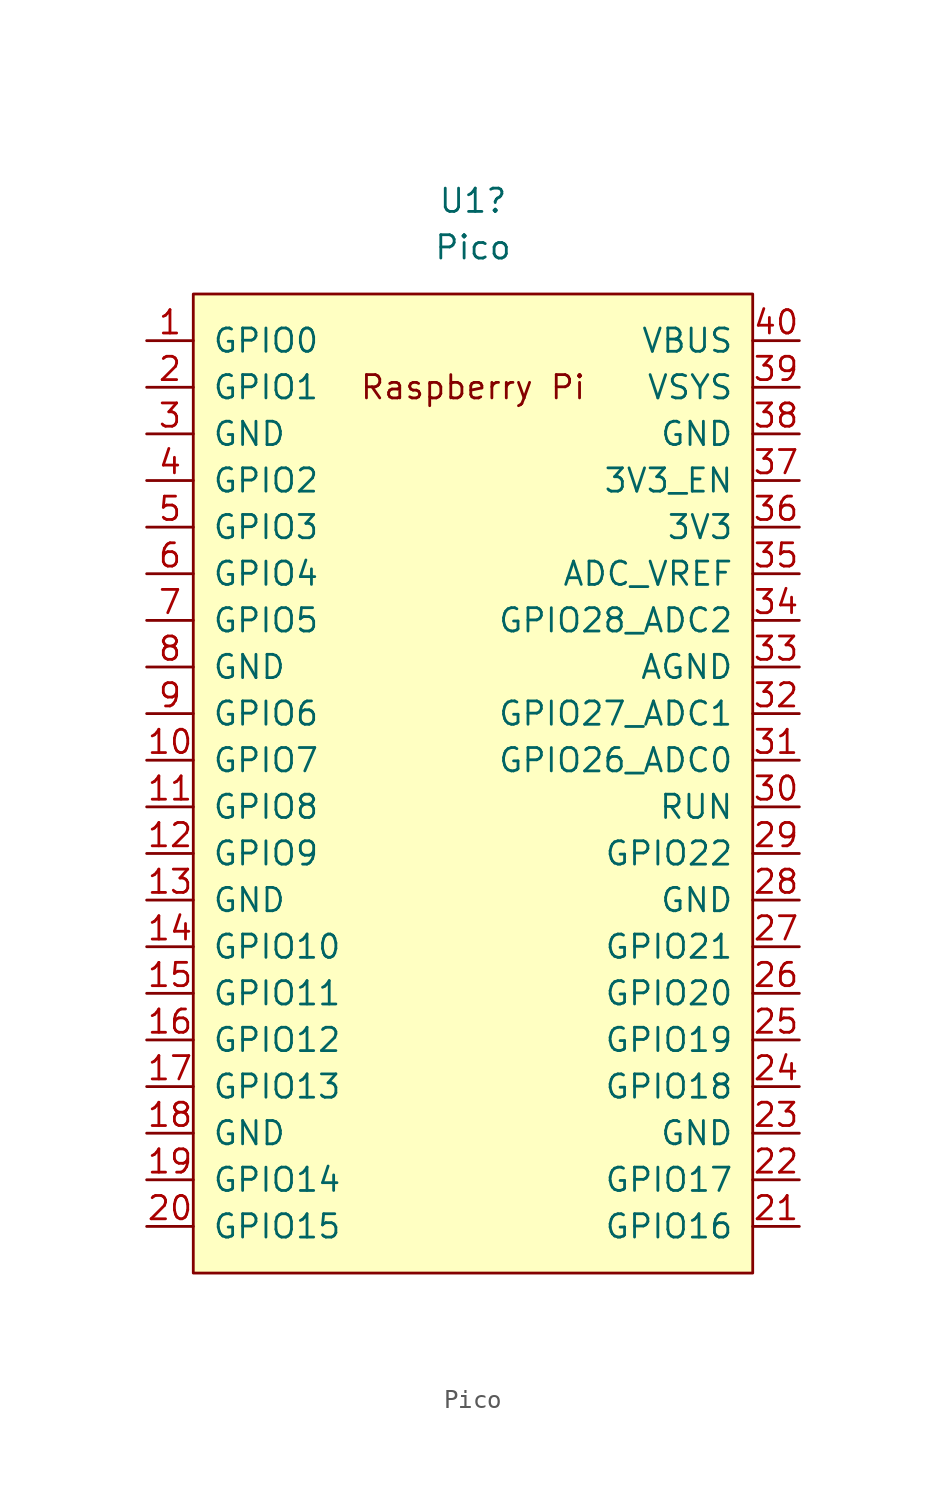
<source format=kicad_sym>
(kicad_symbol_lib
  (version 20231120)
  (generator "kicad_symbol_editor")
  (generator_version "8.0")
  (symbol "Pico"
    (pin_names
      (offset 1.016))
    (property "Reference" "U1"
      (at 0 31.75 0)
      (effects (font (size 1.27 1.27))))
    (property "Value" "Pico"
      (at 0 29.21 0)
      (effects (font (size 1.27 1.27))))
    (symbol "Pico_0_0"
      (text "Raspberry Pi" (at 0 21.59 0) (effects (font (size 1.27 1.27)))))
    (symbol "Pico_0_1"
      (rectangle (start -15.24 26.67) (end 15.24 -26.67) (stroke (width 0) (type solid)) (fill (type background))))
    (symbol "Pico_1_1"
      (pin bidirectional line (at -17.78 24.13 0) (length 2.54) (name "GPIO0" (effects (font (size 1.27 1.27)))) (number "1" (effects (font (size 1.27 1.27)))))
      (pin bidirectional line (at -17.78 1.27 0) (length 2.54) (name "GPIO7" (effects (font (size 1.27 1.27)))) (number "10" (effects (font (size 1.27 1.27)))))
      (pin bidirectional line (at -17.78 -1.27 0) (length 2.54) (name "GPIO8" (effects (font (size 1.27 1.27)))) (number "11" (effects (font (size 1.27 1.27)))))
      (pin bidirectional line (at -17.78 -3.81 0) (length 2.54) (name "GPIO9" (effects (font (size 1.27 1.27)))) (number "12" (effects (font (size 1.27 1.27)))))
      (pin power_in line (at -17.78 -6.35 0) (length 2.54) (name "GND" (effects (font (size 1.27 1.27)))) (number "13" (effects (font (size 1.27 1.27)))))
      (pin bidirectional line (at -17.78 -8.89 0) (length 2.54) (name "GPIO10" (effects (font (size 1.27 1.27)))) (number "14" (effects (font (size 1.27 1.27)))))
      (pin bidirectional line (at -17.78 -11.43 0) (length 2.54) (name "GPIO11" (effects (font (size 1.27 1.27)))) (number "15" (effects (font (size 1.27 1.27)))))
      (pin bidirectional line (at -17.78 -13.97 0) (length 2.54) (name "GPIO12" (effects (font (size 1.27 1.27)))) (number "16" (effects (font (size 1.27 1.27)))))
      (pin bidirectional line (at -17.78 -16.51 0) (length 2.54) (name "GPIO13" (effects (font (size 1.27 1.27)))) (number "17" (effects (font (size 1.27 1.27)))))
      (pin power_in line (at -17.78 -19.05 0) (length 2.54) (name "GND" (effects (font (size 1.27 1.27)))) (number "18" (effects (font (size 1.27 1.27)))))
      (pin bidirectional line (at -17.78 -21.59 0) (length 2.54) (name "GPIO14" (effects (font (size 1.27 1.27)))) (number "19" (effects (font (size 1.27 1.27)))))
      (pin bidirectional line (at -17.78 21.59 0) (length 2.54) (name "GPIO1" (effects (font (size 1.27 1.27)))) (number "2" (effects (font (size 1.27 1.27)))))
      (pin bidirectional line (at -17.78 -24.13 0) (length 2.54) (name "GPIO15" (effects (font (size 1.27 1.27)))) (number "20" (effects (font (size 1.27 1.27)))))
      (pin bidirectional line (at 17.78 -24.13 180) (length 2.54) (name "GPIO16" (effects (font (size 1.27 1.27)))) (number "21" (effects (font (size 1.27 1.27)))))
      (pin bidirectional line (at 17.78 -21.59 180) (length 2.54) (name "GPIO17" (effects (font (size 1.27 1.27)))) (number "22" (effects (font (size 1.27 1.27)))))
      (pin power_in line (at 17.78 -19.05 180) (length 2.54) (name "GND" (effects (font (size 1.27 1.27)))) (number "23" (effects (font (size 1.27 1.27)))))
      (pin bidirectional line (at 17.78 -16.51 180) (length 2.54) (name "GPIO18" (effects (font (size 1.27 1.27)))) (number "24" (effects (font (size 1.27 1.27)))))
      (pin bidirectional line (at 17.78 -13.97 180) (length 2.54) (name "GPIO19" (effects (font (size 1.27 1.27)))) (number "25" (effects (font (size 1.27 1.27)))))
      (pin bidirectional line (at 17.78 -11.43 180) (length 2.54) (name "GPIO20" (effects (font (size 1.27 1.27)))) (number "26" (effects (font (size 1.27 1.27)))))
      (pin bidirectional line (at 17.78 -8.89 180) (length 2.54) (name "GPIO21" (effects (font (size 1.27 1.27)))) (number "27" (effects (font (size 1.27 1.27)))))
      (pin power_in line (at 17.78 -6.35 180) (length 2.54) (name "GND" (effects (font (size 1.27 1.27)))) (number "28" (effects (font (size 1.27 1.27)))))
      (pin bidirectional line (at 17.78 -3.81 180) (length 2.54) (name "GPIO22" (effects (font (size 1.27 1.27)))) (number "29" (effects (font (size 1.27 1.27)))))
      (pin power_in line (at -17.78 19.05 0) (length 2.54) (name "GND" (effects (font (size 1.27 1.27)))) (number "3" (effects (font (size 1.27 1.27)))))
      (pin input line (at 17.78 -1.27 180) (length 2.54) (name "RUN" (effects (font (size 1.27 1.27)))) (number "30" (effects (font (size 1.27 1.27)))))
      (pin bidirectional line (at 17.78 1.27 180) (length 2.54) (name "GPIO26_ADC0" (effects (font (size 1.27 1.27)))) (number "31" (effects (font (size 1.27 1.27)))))
      (pin bidirectional line (at 17.78 3.81 180) (length 2.54) (name "GPIO27_ADC1" (effects (font (size 1.27 1.27)))) (number "32" (effects (font (size 1.27 1.27)))))
      (pin power_in line (at 17.78 6.35 180) (length 2.54) (name "AGND" (effects (font (size 1.27 1.27)))) (number "33" (effects (font (size 1.27 1.27)))))
      (pin bidirectional line (at 17.78 8.89 180) (length 2.54) (name "GPIO28_ADC2" (effects (font (size 1.27 1.27)))) (number "34" (effects (font (size 1.27 1.27)))))
      (pin unspecified line (at 17.78 11.43 180) (length 2.54) (name "ADC_VREF" (effects (font (size 1.27 1.27)))) (number "35" (effects (font (size 1.27 1.27)))))
      (pin unspecified line (at 17.78 13.97 180) (length 2.54) (name "3V3" (effects (font (size 1.27 1.27)))) (number "36" (effects (font (size 1.27 1.27)))))
      (pin input line (at 17.78 16.51 180) (length 2.54) (name "3V3_EN" (effects (font (size 1.27 1.27)))) (number "37" (effects (font (size 1.27 1.27)))))
      (pin bidirectional line (at 17.78 19.05 180) (length 2.54) (name "GND" (effects (font (size 1.27 1.27)))) (number "38" (effects (font (size 1.27 1.27)))))
      (pin unspecified line (at 17.78 21.59 180) (length 2.54) (name "VSYS" (effects (font (size 1.27 1.27)))) (number "39" (effects (font (size 1.27 1.27)))))
      (pin bidirectional line (at -17.78 16.51 0) (length 2.54) (name "GPIO2" (effects (font (size 1.27 1.27)))) (number "4" (effects (font (size 1.27 1.27)))))
      (pin unspecified line (at 17.78 24.13 180) (length 2.54) (name "VBUS" (effects (font (size 1.27 1.27)))) (number "40" (effects (font (size 1.27 1.27)))))
      (pin bidirectional line (at -17.78 13.97 0) (length 2.54) (name "GPIO3" (effects (font (size 1.27 1.27)))) (number "5" (effects (font (size 1.27 1.27)))))
      (pin bidirectional line (at -17.78 11.43 0) (length 2.54) (name "GPIO4" (effects (font (size 1.27 1.27)))) (number "6" (effects (font (size 1.27 1.27)))))
      (pin bidirectional line (at -17.78 8.89 0) (length 2.54) (name "GPIO5" (effects (font (size 1.27 1.27)))) (number "7" (effects (font (size 1.27 1.27)))))
      (pin power_in line (at -17.78 6.35 0) (length 2.54) (name "GND" (effects (font (size 1.27 1.27)))) (number "8" (effects (font (size 1.27 1.27)))))
      (pin bidirectional line (at -17.78 3.81 0) (length 2.54) (name "GPIO6" (effects (font (size 1.27 1.27)))) (number "9" (effects (font (size 1.27 1.27))))))))
</source>
